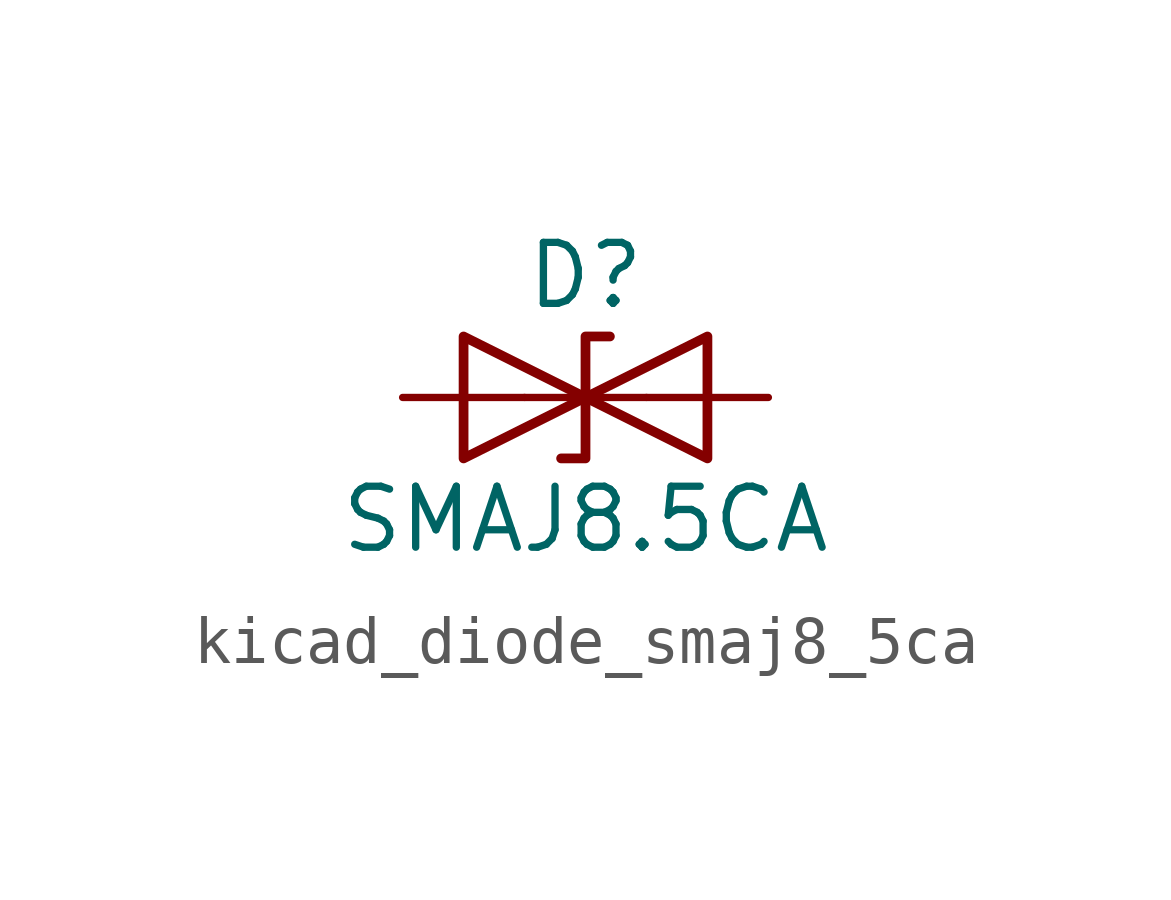
<source format=kicad_sym>
(kicad_symbol_lib
  (version 20220914)
  (generator kicad_symbol_editor)
  (symbol "kicad_diode_smaj8_5ca"
    (pin_numbers hide)
    (pin_names
      (offset 1.016) hide)
    (property "Reference" "D"
      (at 0 2.54 0)
      (effects (font (size 1.27 1.27))))
    (property "Value" "SMAJ8.5CA"
      (at 0 -2.54 0)
      (effects (font (size 1.27 1.27))))
    (symbol "kicad_diode_smaj8_5ca_0_1"
      (polyline (pts (xy 1.27 0) (xy -1.27 0)) (stroke (width 0) (type default)) (fill (type none)))
      (polyline (pts (xy -2.54 -1.27) (xy 0 0) (xy -2.54 1.27) (xy -2.54 -1.27)) (stroke (width 0.203) (type default)) (fill (type none)))
      (polyline (pts (xy 0.508 1.27) (xy 0 1.27) (xy 0 -1.27) (xy -0.508 -1.27)) (stroke (width 0.203) (type default)) (fill (type none)))
      (polyline (pts (xy 2.54 1.27) (xy 2.54 -1.27) (xy 0 0) (xy 2.54 1.27)) (stroke (width 0.203) (type default)) (fill (type none))))
    (symbol "kicad_diode_smaj8_5ca_1_1"
      (pin passive line (at -3.81 0 0) (length 2.54) (name "A1" (effects (font (size 1.27 1.27)))) (number "1" (effects (font (size 1.27 1.27)))))
      (pin passive line (at 3.81 0 180) (length 2.54) (name "A2" (effects (font (size 1.27 1.27)))) (number "2" (effects (font (size 1.27 1.27))))))))
</source>
